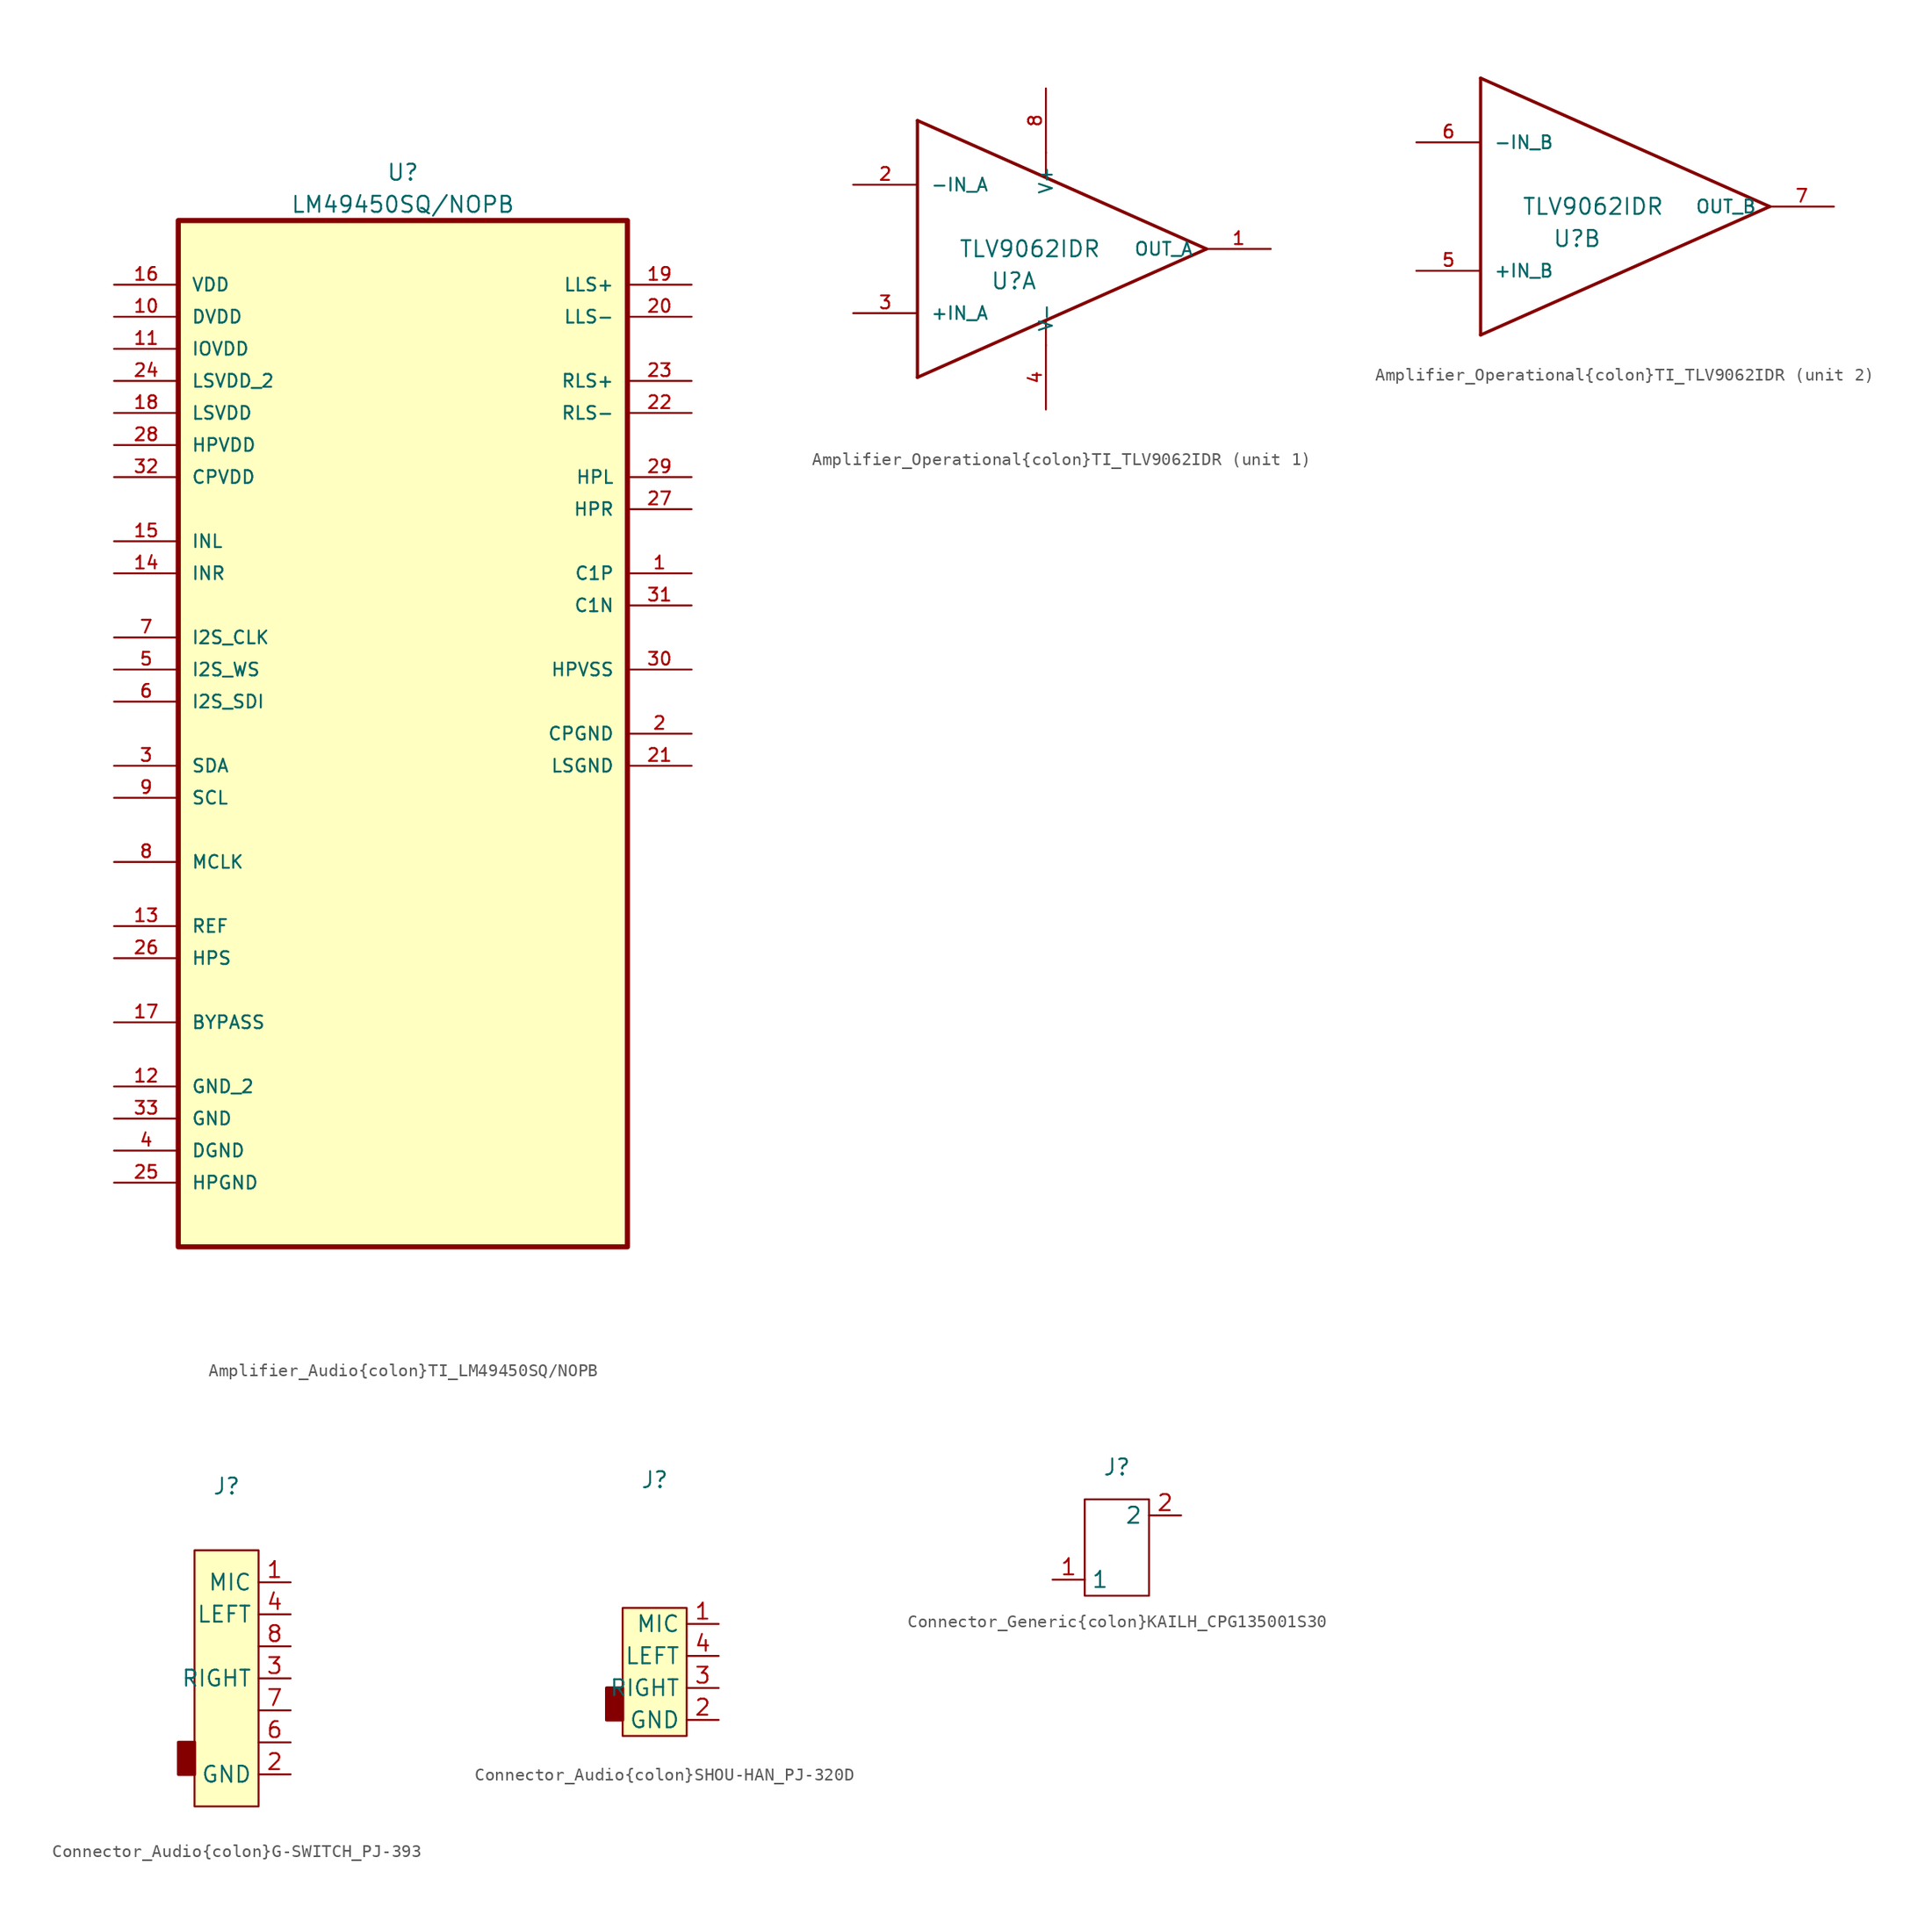
<source format=kicad_sym>
(kicad_symbol_lib
  (version 20220914)
  (generator kicad_symbol_editor)
  (symbol "Amplifier_Audio{colon}TI_LM49450SQ/NOPB"
    (pin_names
      (offset 1.016))
    (property "Reference" "U"
      (at 0 41.91 0)
      (effects (font (size 1.27 1.27))))
    (property "Value" "LM49450SQ/NOPB"
      (at 0 39.37 0)
      (effects (font (size 1.27 1.27))))
    (symbol "Amplifier_Audio{colon}TI_LM49450SQ/NOPB_0_0"
      (rectangle (start -17.78 -43.18) (end 17.78 38.1) (stroke (width 0.406) (type default)) (fill (type background)))
      (pin passive line (at 22.86 10.16 180) (length 5.08) (name "C1P" (effects (font (size 1.016 1.016)))) (number "1" (effects (font (size 1.016 1.016)))))
      (pin power_in line (at -22.86 30.48 0) (length 5.08) (name "DVDD" (effects (font (size 1.016 1.016)))) (number "10" (effects (font (size 1.016 1.016)))))
      (pin power_in line (at -22.86 27.94 0) (length 5.08) (name "IOVDD" (effects (font (size 1.016 1.016)))) (number "11" (effects (font (size 1.016 1.016)))))
      (pin passive line (at -22.86 -30.48 0) (length 5.08) (name "GND_2" (effects (font (size 1.016 1.016)))) (number "12" (effects (font (size 1.016 1.016)))))
      (pin passive line (at -22.86 -17.78 0) (length 5.08) (name "REF" (effects (font (size 1.016 1.016)))) (number "13" (effects (font (size 1.016 1.016)))))
      (pin input line (at -22.86 10.16 0) (length 5.08) (name "INR" (effects (font (size 1.016 1.016)))) (number "14" (effects (font (size 1.016 1.016)))))
      (pin input line (at -22.86 12.7 0) (length 5.08) (name "INL" (effects (font (size 1.016 1.016)))) (number "15" (effects (font (size 1.016 1.016)))))
      (pin power_in line (at -22.86 33.02 0) (length 5.08) (name "VDD" (effects (font (size 1.016 1.016)))) (number "16" (effects (font (size 1.016 1.016)))))
      (pin passive line (at -22.86 -25.4 0) (length 5.08) (name "BYPASS" (effects (font (size 1.016 1.016)))) (number "17" (effects (font (size 1.016 1.016)))))
      (pin power_in line (at -22.86 22.86 0) (length 5.08) (name "LSVDD" (effects (font (size 1.016 1.016)))) (number "18" (effects (font (size 1.016 1.016)))))
      (pin output line (at 22.86 33.02 180) (length 5.08) (name "LLS+" (effects (font (size 1.016 1.016)))) (number "19" (effects (font (size 1.016 1.016)))))
      (pin passive line (at 22.86 -2.54 180) (length 5.08) (name "CPGND" (effects (font (size 1.016 1.016)))) (number "2" (effects (font (size 1.016 1.016)))))
      (pin output line (at 22.86 30.48 180) (length 5.08) (name "LLS-" (effects (font (size 1.016 1.016)))) (number "20" (effects (font (size 1.016 1.016)))))
      (pin passive line (at 22.86 -5.08 180) (length 5.08) (name "LSGND" (effects (font (size 1.016 1.016)))) (number "21" (effects (font (size 1.016 1.016)))))
      (pin output line (at 22.86 22.86 180) (length 5.08) (name "RLS-" (effects (font (size 1.016 1.016)))) (number "22" (effects (font (size 1.016 1.016)))))
      (pin output line (at 22.86 25.4 180) (length 5.08) (name "RLS+" (effects (font (size 1.016 1.016)))) (number "23" (effects (font (size 1.016 1.016)))))
      (pin power_in line (at -22.86 25.4 0) (length 5.08) (name "LSVDD_2" (effects (font (size 1.016 1.016)))) (number "24" (effects (font (size 1.016 1.016)))))
      (pin passive line (at -22.86 -38.1 0) (length 5.08) (name "HPGND" (effects (font (size 1.016 1.016)))) (number "25" (effects (font (size 1.016 1.016)))))
      (pin input line (at -22.86 -20.32 0) (length 5.08) (name "HPS" (effects (font (size 1.016 1.016)))) (number "26" (effects (font (size 1.016 1.016)))))
      (pin output line (at 22.86 15.24 180) (length 5.08) (name "HPR" (effects (font (size 1.016 1.016)))) (number "27" (effects (font (size 1.016 1.016)))))
      (pin power_in line (at -22.86 20.32 0) (length 5.08) (name "HPVDD" (effects (font (size 1.016 1.016)))) (number "28" (effects (font (size 1.016 1.016)))))
      (pin output line (at 22.86 17.78 180) (length 5.08) (name "HPL" (effects (font (size 1.016 1.016)))) (number "29" (effects (font (size 1.016 1.016)))))
      (pin input line (at -22.86 -5.08 0) (length 5.08) (name "SDA" (effects (font (size 1.016 1.016)))) (number "3" (effects (font (size 1.016 1.016)))))
      (pin power_in line (at 22.86 2.54 180) (length 5.08) (name "HPVSS" (effects (font (size 1.016 1.016)))) (number "30" (effects (font (size 1.016 1.016)))))
      (pin passive line (at 22.86 7.62 180) (length 5.08) (name "C1N" (effects (font (size 1.016 1.016)))) (number "31" (effects (font (size 1.016 1.016)))))
      (pin power_in line (at -22.86 17.78 0) (length 5.08) (name "CPVDD" (effects (font (size 1.016 1.016)))) (number "32" (effects (font (size 1.016 1.016)))))
      (pin passive line (at -22.86 -33.02 0) (length 5.08) (name "GND" (effects (font (size 1.016 1.016)))) (number "33" (effects (font (size 1.016 1.016)))))
      (pin passive line (at -22.86 -35.56 0) (length 5.08) (name "DGND" (effects (font (size 1.016 1.016)))) (number "4" (effects (font (size 1.016 1.016)))))
      (pin input line (at -22.86 2.54 0) (length 5.08) (name "I2S_WS" (effects (font (size 1.016 1.016)))) (number "5" (effects (font (size 1.016 1.016)))))
      (pin input line (at -22.86 0 0) (length 5.08) (name "I2S_SDI" (effects (font (size 1.016 1.016)))) (number "6" (effects (font (size 1.016 1.016)))))
      (pin input line (at -22.86 5.08 0) (length 5.08) (name "I2S_CLK" (effects (font (size 1.016 1.016)))) (number "7" (effects (font (size 1.016 1.016)))))
      (pin input line (at -22.86 -12.7 0) (length 5.08) (name "MCLK" (effects (font (size 1.016 1.016)))) (number "8" (effects (font (size 1.016 1.016)))))
      (pin input line (at -22.86 -7.62 0) (length 5.08) (name "SCL" (effects (font (size 1.016 1.016)))) (number "9" (effects (font (size 1.016 1.016)))))))
  (symbol "Amplifier_Operational{colon}TI_TLV9062IDR"
    (pin_names
      (offset 1.016))
    (property "Reference" "U"
      (at -2.54 -2.54 0)
      (effects (font (size 1.27 1.27))))
    (property "Value" "TLV9062IDR"
      (at -1.27 0 0)
      (effects (font (size 1.27 1.27))))
    (symbol "Amplifier_Operational{colon}TI_TLV9062IDR_1_0"
      (polyline (pts (xy -10.16 -10.16) (xy 12.7 0)) (stroke (width 0.254) (type default)) (fill (type none)))
      (polyline (pts (xy -10.16 10.16) (xy -10.16 -10.16)) (stroke (width 0.254) (type default)) (fill (type none)))
      (polyline (pts (xy 0 -7.62) (xy 0 -5.639)) (stroke (width 0.152) (type default)) (fill (type none)))
      (polyline (pts (xy 0 7.62) (xy 0 5.639)) (stroke (width 0.152) (type default)) (fill (type none)))
      (polyline (pts (xy 12.7 0) (xy -10.16 10.16)) (stroke (width 0.254) (type default)) (fill (type none)))
      (pin output line (at 17.78 0 180) (length 5.08) (name "OUT_A" (effects (font (size 1.016 1.016)))) (number "1" (effects (font (size 1.016 1.016)))))
      (pin input line (at -15.24 5.08 0) (length 5.08) (name "-IN_A" (effects (font (size 1.016 1.016)))) (number "2" (effects (font (size 1.016 1.016)))))
      (pin input line (at -15.24 -5.08 0) (length 5.08) (name "+IN_A" (effects (font (size 1.016 1.016)))) (number "3" (effects (font (size 1.016 1.016)))))
      (pin power_in line (at 0 -12.7 90) (length 5.08) (name "V-" (effects (font (size 1.016 1.016)))) (number "4" (effects (font (size 1.016 1.016)))))
      (pin power_in line (at 0 12.7 270) (length 5.08) (name "V+" (effects (font (size 1.016 1.016)))) (number "8" (effects (font (size 1.016 1.016))))))
    (symbol "Amplifier_Operational{colon}TI_TLV9062IDR_2_0"
      (polyline (pts (xy -10.16 -10.16) (xy 12.7 0)) (stroke (width 0.254) (type default)) (fill (type none)))
      (polyline (pts (xy -10.16 10.16) (xy -10.16 -10.16)) (stroke (width 0.254) (type default)) (fill (type none)))
      (polyline (pts (xy 12.7 0) (xy -10.16 10.16)) (stroke (width 0.254) (type default)) (fill (type none)))
      (pin input line (at -15.24 -5.08 0) (length 5.08) (name "+IN_B" (effects (font (size 1.016 1.016)))) (number "5" (effects (font (size 1.016 1.016)))))
      (pin input line (at -15.24 5.08 0) (length 5.08) (name "-IN_B" (effects (font (size 1.016 1.016)))) (number "6" (effects (font (size 1.016 1.016)))))
      (pin output line (at 17.78 0 180) (length 5.08) (name "OUT_B" (effects (font (size 1.016 1.016)))) (number "7" (effects (font (size 1.016 1.016)))))))
  (symbol "Connector_Audio{colon}G-SWITCH_PJ-393"
    (property "Reference" "J"
      (at 0 15.24 0)
      (effects (font (size 1.27 1.27))))
    (symbol "Connector_Audio{colon}G-SWITCH_PJ-393_0_1"
      (rectangle (start -3.81 -5.08) (end -2.54 -7.62) (stroke (width 0.254) (type default)) (fill (type outline))))
    (symbol "Connector_Audio{colon}G-SWITCH_PJ-393_1_1"
      (rectangle (start -2.54 10.16) (end 2.54 -10.16) (stroke (width 0) (type default)) (fill (type background)))
      (pin input line (at 5.08 7.62 180) (length 2.54) (name "MIC" (effects (font (size 1.27 1.27)))) (number "1" (effects (font (size 1.27 1.27)))))
      (pin input line (at 5.08 -7.62 180) (length 2.54) (name "GND" (effects (font (size 1.27 1.27)))) (number "2" (effects (font (size 1.27 1.27)))))
      (pin input line (at 5.08 0 180) (length 2.54) (name "RIGHT" (effects (font (size 1.27 1.27)))) (number "3" (effects (font (size 1.27 1.27)))))
      (pin input line (at 5.08 5.08 180) (length 2.54) (name "LEFT" (effects (font (size 1.27 1.27)))) (number "4" (effects (font (size 1.27 1.27)))))
      (pin input line (at 5.08 -5.08 180) (length 2.54) (name "" (effects (font (size 1.27 1.27)))) (number "6" (effects (font (size 1.27 1.27)))))
      (pin input line (at 5.08 -2.54 180) (length 2.54) (name "" (effects (font (size 1.27 1.27)))) (number "7" (effects (font (size 1.27 1.27)))))
      (pin input line (at 5.08 2.54 180) (length 2.54) (name "" (effects (font (size 1.27 1.27)))) (number "8" (effects (font (size 1.27 1.27)))))))
  (symbol "Connector_Audio{colon}SHOU-HAN_PJ-320D"
    (property "Reference" "J"
      (at 0 15.24 0)
      (effects (font (size 1.27 1.27))))
    (symbol "Connector_Audio{colon}SHOU-HAN_PJ-320D_0_1"
      (rectangle (start -3.81 -1.27) (end -2.54 -3.81) (stroke (width 0.254) (type default)) (fill (type outline))))
    (symbol "Connector_Audio{colon}SHOU-HAN_PJ-320D_1_1"
      (rectangle (start -2.54 5.08) (end 2.54 -5.08) (stroke (width 0) (type default)) (fill (type background)))
      (pin input line (at 5.08 3.81 180) (length 2.54) (name "MIC" (effects (font (size 1.27 1.27)))) (number "1" (effects (font (size 1.27 1.27)))))
      (pin input line (at 5.08 -3.81 180) (length 2.54) (name "GND" (effects (font (size 1.27 1.27)))) (number "2" (effects (font (size 1.27 1.27)))))
      (pin input line (at 5.08 -1.27 180) (length 2.54) (name "RIGHT" (effects (font (size 1.27 1.27)))) (number "3" (effects (font (size 1.27 1.27)))))
      (pin input line (at 5.08 1.27 180) (length 2.54) (name "LEFT" (effects (font (size 1.27 1.27)))) (number "4" (effects (font (size 1.27 1.27)))))))
  (symbol "Connector_Generic{colon}KAILH_CPG135001S30"
    (property "Reference" "J"
      (at 0 6.35 0)
      (effects (font (size 1.27 1.27))))
    (symbol "Connector_Generic{colon}KAILH_CPG135001S30_0_1"
      (rectangle (start -2.54 3.81) (end 2.54 -3.81) (stroke (width 0) (type default)) (fill (type none))))
    (symbol "Connector_Generic{colon}KAILH_CPG135001S30_1_1"
      (pin passive line (at -5.08 -2.54 0) (length 2.54) (name "1" (effects (font (size 1.27 1.27)))) (number "1" (effects (font (size 1.27 1.27)))))
      (pin passive line (at 5.08 2.54 180) (length 2.54) (name "2" (effects (font (size 1.27 1.27)))) (number "2" (effects (font (size 1.27 1.27))))))))
</source>
